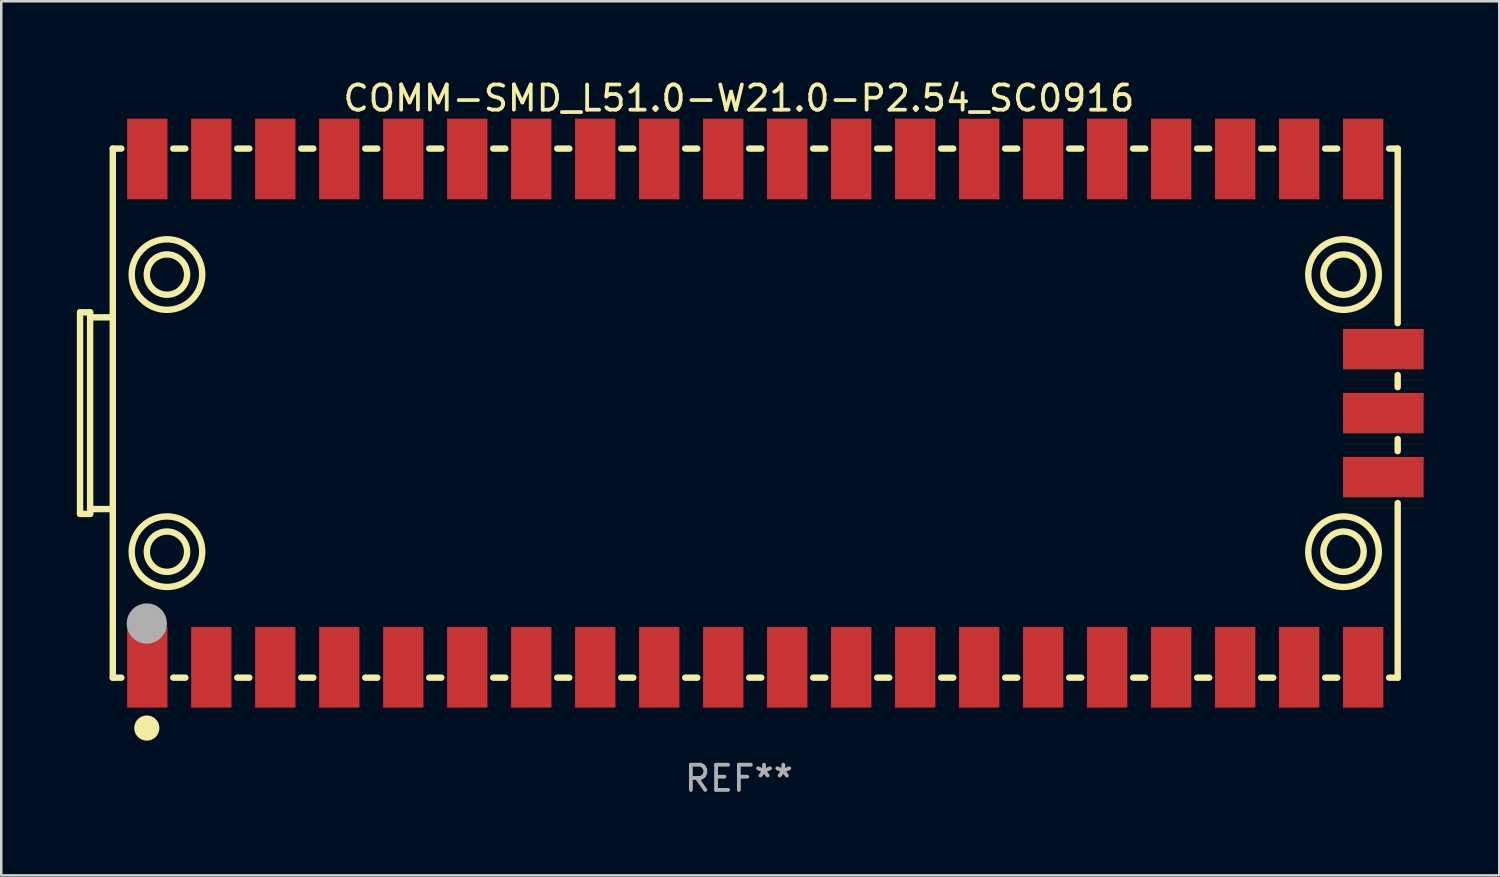
<source format=kicad_pcb>
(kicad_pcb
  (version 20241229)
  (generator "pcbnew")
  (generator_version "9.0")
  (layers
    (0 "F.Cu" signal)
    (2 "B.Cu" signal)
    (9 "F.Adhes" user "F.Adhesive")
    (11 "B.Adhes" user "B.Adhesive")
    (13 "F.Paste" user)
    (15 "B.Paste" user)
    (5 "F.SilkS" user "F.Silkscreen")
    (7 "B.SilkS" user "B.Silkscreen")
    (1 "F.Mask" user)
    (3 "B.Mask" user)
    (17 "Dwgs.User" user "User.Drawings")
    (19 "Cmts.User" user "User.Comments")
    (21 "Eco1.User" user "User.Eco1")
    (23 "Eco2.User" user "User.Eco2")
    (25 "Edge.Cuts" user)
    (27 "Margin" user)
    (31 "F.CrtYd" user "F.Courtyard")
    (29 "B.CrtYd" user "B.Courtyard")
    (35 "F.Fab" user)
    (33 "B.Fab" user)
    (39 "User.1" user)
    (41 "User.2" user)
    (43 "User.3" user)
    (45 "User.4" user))
  (footprint "COMM-SMD_L51.0-W21.0-P2.54_SC0916"
    (layer "F.Cu")
    (at 27.327 13.348)
    (property "Reference" "COMM-SMD_L51.0-W21.0-P2.54_SC0916" (at -1.05 -12.5 0) (layer "F.SilkS") (effects (font (size 1 1) (thickness 0.15))))
    (attr through_hole)
    (fp_line (start -27.2 -4) (end -27.2 4) (stroke (width 0.254) (type solid)) (layer "F.SilkS"))
    (fp_line (start -27.2 -4) (end -26.8 -4) (stroke (width 0.254) (type solid)) (layer "F.SilkS"))
    (fp_line (start -26.8 -4) (end -26.8 4) (stroke (width 0.254) (type solid)) (layer "F.SilkS"))
    (fp_line (start -26.8 -3.802) (end -25.9 -3.802) (stroke (width 0.254) (type solid)) (layer "F.SilkS"))
    (fp_line (start -26.8 3.809) (end -25.925 3.809) (stroke (width 0.254) (type solid)) (layer "F.SilkS"))
    (fp_line (start -26.8 4) (end -27.2 4) (stroke (width 0.254) (type solid)) (layer "F.SilkS"))
    (fp_line (start -25.925 3.809) (end -25.9 3.834) (stroke (width 0.254) (type solid)) (layer "F.SilkS"))
    (fp_line (start -25.9 -10.5) (end -25.9 10.5) (stroke (width 0.254) (type solid)) (layer "F.SilkS"))
    (fp_line (start -25.9 10.5) (end -25.561 10.5) (stroke (width 0.254) (type solid)) (layer "F.SilkS"))
    (fp_line (start -25.561 -10.5) (end -25.9 -10.5) (stroke (width 0.254) (type solid)) (layer "F.SilkS"))
    (fp_line (start -23.499 10.5) (end -23.021 10.5) (stroke (width 0.254) (type solid)) (layer "F.SilkS"))
    (fp_line (start -23.021 -10.5) (end -23.499 -10.5) (stroke (width 0.254) (type solid)) (layer "F.SilkS"))
    (fp_line (start -20.959 10.5) (end -20.481 10.5) (stroke (width 0.254) (type solid)) (layer "F.SilkS"))
    (fp_line (start -20.481 -10.5) (end -20.959 -10.5) (stroke (width 0.254) (type solid)) (layer "F.SilkS"))
    (fp_line (start -18.419 10.5) (end -17.941 10.5) (stroke (width 0.254) (type solid)) (layer "F.SilkS"))
    (fp_line (start -17.941 -10.5) (end -18.419 -10.5) (stroke (width 0.254) (type solid)) (layer "F.SilkS"))
    (fp_line (start -15.879 10.5) (end -15.401 10.5) (stroke (width 0.254) (type solid)) (layer "F.SilkS"))
    (fp_line (start -15.401 -10.5) (end -15.879 -10.5) (stroke (width 0.254) (type solid)) (layer "F.SilkS"))
    (fp_line (start -13.339 10.5) (end -12.861 10.5) (stroke (width 0.254) (type solid)) (layer "F.SilkS"))
    (fp_line (start -12.861 -10.5) (end -13.339 -10.5) (stroke (width 0.254) (type solid)) (layer "F.SilkS"))
    (fp_line (start -10.799 10.5) (end -10.321 10.5) (stroke (width 0.254) (type solid)) (layer "F.SilkS"))
    (fp_line (start -10.321 -10.5) (end -10.799 -10.5) (stroke (width 0.254) (type solid)) (layer "F.SilkS"))
    (fp_line (start -8.259 10.5) (end -7.781 10.5) (stroke (width 0.254) (type solid)) (layer "F.SilkS"))
    (fp_line (start -7.781 -10.5) (end -8.259 -10.5) (stroke (width 0.254) (type solid)) (layer "F.SilkS"))
    (fp_line (start -5.719 10.5) (end -5.241 10.5) (stroke (width 0.254) (type solid)) (layer "F.SilkS"))
    (fp_line (start -5.241 -10.5) (end -5.719 -10.5) (stroke (width 0.254) (type solid)) (layer "F.SilkS"))
    (fp_line (start -3.179 10.5) (end -2.701 10.5) (stroke (width 0.254) (type solid)) (layer "F.SilkS"))
    (fp_line (start -2.701 -10.5) (end -3.179 -10.5) (stroke (width 0.254) (type solid)) (layer "F.SilkS"))
    (fp_line (start -0.639 10.5) (end -0.161 10.5) (stroke (width 0.254) (type solid)) (layer "F.SilkS"))
    (fp_line (start -0.161 -10.5) (end -0.639 -10.5) (stroke (width 0.254) (type solid)) (layer "F.SilkS"))
    (fp_line (start 1.901 10.5) (end 2.379 10.5) (stroke (width 0.254) (type solid)) (layer "F.SilkS"))
    (fp_line (start 2.379 -10.5) (end 1.901 -10.5) (stroke (width 0.254) (type solid)) (layer "F.SilkS"))
    (fp_line (start 4.441 10.5) (end 4.919 10.5) (stroke (width 0.254) (type solid)) (layer "F.SilkS"))
    (fp_line (start 4.919 -10.5) (end 4.441 -10.5) (stroke (width 0.254) (type solid)) (layer "F.SilkS"))
    (fp_line (start 6.981 10.5) (end 7.459 10.5) (stroke (width 0.254) (type solid)) (layer "F.SilkS"))
    (fp_line (start 7.459 -10.5) (end 6.981 -10.5) (stroke (width 0.254) (type solid)) (layer "F.SilkS"))
    (fp_line (start 9.521 10.5) (end 9.999 10.5) (stroke (width 0.254) (type solid)) (layer "F.SilkS"))
    (fp_line (start 9.999 -10.5) (end 9.521 -10.5) (stroke (width 0.254) (type solid)) (layer "F.SilkS"))
    (fp_line (start 12.061 10.5) (end 12.539 10.5) (stroke (width 0.254) (type solid)) (layer "F.SilkS"))
    (fp_line (start 12.539 -10.5) (end 12.061 -10.5) (stroke (width 0.254) (type solid)) (layer "F.SilkS"))
    (fp_line (start 14.601 10.5) (end 15.079 10.5) (stroke (width 0.254) (type solid)) (layer "F.SilkS"))
    (fp_line (start 15.079 -10.5) (end 14.601 -10.5) (stroke (width 0.254) (type solid)) (layer "F.SilkS"))
    (fp_line (start 17.141 10.5) (end 17.619 10.5) (stroke (width 0.254) (type solid)) (layer "F.SilkS"))
    (fp_line (start 17.619 -10.5) (end 17.141 -10.5) (stroke (width 0.254) (type solid)) (layer "F.SilkS"))
    (fp_line (start 19.681 10.5) (end 20.159 10.5) (stroke (width 0.254) (type solid)) (layer "F.SilkS"))
    (fp_line (start 20.159 -10.5) (end 19.681 -10.5) (stroke (width 0.254) (type solid)) (layer "F.SilkS"))
    (fp_line (start 22.221 10.5) (end 22.699 10.5) (stroke (width 0.254) (type solid)) (layer "F.SilkS"))
    (fp_line (start 22.699 -10.5) (end 22.221 -10.5) (stroke (width 0.254) (type solid)) (layer "F.SilkS"))
    (fp_line (start 24.761 10.5) (end 25.1 10.5) (stroke (width 0.254) (type solid)) (layer "F.SilkS"))
    (fp_line (start 25.1 -10.5) (end 24.761 -10.5) (stroke (width 0.254) (type solid)) (layer "F.SilkS"))
    (fp_line (start 25.1 -3.571) (end 25.1 -10.5) (stroke (width 0.254) (type solid)) (layer "F.SilkS"))
    (fp_line (start 25.1 -1.031) (end 25.1 -1.509) (stroke (width 0.254) (type solid)) (layer "F.SilkS"))
    (fp_line (start 25.1 1.509) (end 25.1 1.031) (stroke (width 0.254) (type solid)) (layer "F.SilkS"))
    (fp_line (start 25.1 10.5) (end 25.1 3.571) (stroke (width 0.254) (type solid)) (layer "F.SilkS"))
    (fp_circle (center -25.9 10.5) (end -25.87 10.5) (stroke (width 0.06) (type solid)) (fill no) (layer "F.SilkS"))
    (fp_circle (center -24.55 12.5) (end -24.3 12.5) (stroke (width 0.5) (type solid)) (fill no) (layer "F.SilkS"))
    (fp_circle (center -23.75 -5.5) (end -22.95 -5.5) (stroke (width 0.254) (type solid)) (fill no) (layer "F.SilkS"))
    (fp_circle (center -23.75 -5.5) (end -22.35 -5.5) (stroke (width 0.254) (type solid)) (fill no) (layer "F.SilkS"))
    (fp_circle (center -23.75 5.5) (end -22.95 5.5) (stroke (width 0.254) (type solid)) (fill no) (layer "F.SilkS"))
    (fp_circle (center -23.75 5.5) (end -22.35 5.5) (stroke (width 0.254) (type solid)) (fill no) (layer "F.SilkS"))
    (fp_circle (center 22.95 -5.5) (end 23.75 -5.5) (stroke (width 0.254) (type solid)) (fill no) (layer "F.SilkS"))
    (fp_circle (center 22.95 -5.5) (end 24.35 -5.5) (stroke (width 0.254) (type solid)) (fill no) (layer "F.SilkS"))
    (fp_circle (center 22.95 5.5) (end 23.75 5.5) (stroke (width 0.254) (type solid)) (fill no) (layer "F.SilkS"))
    (fp_circle (center 22.95 5.5) (end 24.35 5.5) (stroke (width 0.254) (type solid)) (fill no) (layer "F.SilkS"))
    (fp_circle (center -24.55 8.35) (end -24.15 8.35) (stroke (width 0.8) (type solid)) (fill no) (layer "F.Fab"))
    (fp_text user "REF**" (at -1.05 14.5 0) (layer "F.Fab") (effects (font (size 1 1) (thickness 0.15))))
    (pad "1" smd rect (at -24.53 10.087) (size 1.6 3.2) (layers "F.Cu" "F.Mask" "F.Paste"))
    (pad "2" smd rect (at -21.99 10.087) (size 1.6 3.2) (layers "F.Cu" "F.Mask" "F.Paste"))
    (pad "3" smd rect (at -19.45 10.087) (size 1.6 3.2) (layers "F.Cu" "F.Mask" "F.Paste"))
    (pad "4" smd rect (at -16.91 10.087) (size 1.6 3.2) (layers "F.Cu" "F.Mask" "F.Paste"))
    (pad "5" smd rect (at -14.37 10.087) (size 1.6 3.2) (layers "F.Cu" "F.Mask" "F.Paste"))
    (pad "6" smd rect (at -11.83 10.087) (size 1.6 3.2) (layers "F.Cu" "F.Mask" "F.Paste"))
    (pad "7" smd rect (at -9.29 10.087) (size 1.6 3.2) (layers "F.Cu" "F.Mask" "F.Paste"))
    (pad "8" smd rect (at -6.75 10.087) (size 1.6 3.2) (layers "F.Cu" "F.Mask" "F.Paste"))
    (pad "9" smd rect (at -4.21 10.087) (size 1.6 3.2) (layers "F.Cu" "F.Mask" "F.Paste"))
    (pad "10" smd rect (at -1.67 10.087) (size 1.6 3.2) (layers "F.Cu" "F.Mask" "F.Paste"))
    (pad "11" smd rect (at 0.87 10.087) (size 1.6 3.2) (layers "F.Cu" "F.Mask" "F.Paste"))
    (pad "12" smd rect (at 3.41 10.087) (size 1.6 3.2) (layers "F.Cu" "F.Mask" "F.Paste"))
    (pad "13" smd rect (at 5.95 10.087) (size 1.6 3.2) (layers "F.Cu" "F.Mask" "F.Paste"))
    (pad "14" smd rect (at 8.49 10.087) (size 1.6 3.2) (layers "F.Cu" "F.Mask" "F.Paste"))
    (pad "15" smd rect (at 11.03 10.087) (size 1.6 3.2) (layers "F.Cu" "F.Mask" "F.Paste"))
    (pad "16" smd rect (at 13.57 10.087) (size 1.6 3.2) (layers "F.Cu" "F.Mask" "F.Paste"))
    (pad "17" smd rect (at 16.11 10.087) (size 1.6 3.2) (layers "F.Cu" "F.Mask" "F.Paste"))
    (pad "18" smd rect (at 18.65 10.087) (size 1.6 3.2) (layers "F.Cu" "F.Mask" "F.Paste"))
    (pad "19" smd rect (at 21.19 10.087) (size 1.6 3.2) (layers "F.Cu" "F.Mask" "F.Paste"))
    (pad "20" smd rect (at 23.73 10.087) (size 1.6 3.2) (layers "F.Cu" "F.Mask" "F.Paste"))
    (pad "21" smd rect (at 23.73 -10.087) (size 1.6 3.2) (layers "F.Cu" "F.Mask" "F.Paste"))
    (pad "22" smd rect (at 21.19 -10.087) (size 1.6 3.2) (layers "F.Cu" "F.Mask" "F.Paste"))
    (pad "23" smd rect (at 18.65 -10.087) (size 1.6 3.2) (layers "F.Cu" "F.Mask" "F.Paste"))
    (pad "24" smd rect (at 16.11 -10.087) (size 1.6 3.2) (layers "F.Cu" "F.Mask" "F.Paste"))
    (pad "25" smd rect (at 13.57 -10.087) (size 1.6 3.2) (layers "F.Cu" "F.Mask" "F.Paste"))
    (pad "26" smd rect (at 11.03 -10.087) (size 1.6 3.2) (layers "F.Cu" "F.Mask" "F.Paste"))
    (pad "27" smd rect (at 8.49 -10.087) (size 1.6 3.2) (layers "F.Cu" "F.Mask" "F.Paste"))
    (pad "28" smd rect (at 5.95 -10.087) (size 1.6 3.2) (layers "F.Cu" "F.Mask" "F.Paste"))
    (pad "29" smd rect (at 3.41 -10.087) (size 1.6 3.2) (layers "F.Cu" "F.Mask" "F.Paste"))
    (pad "30" smd rect (at 0.87 -10.087) (size 1.6 3.2) (layers "F.Cu" "F.Mask" "F.Paste"))
    (pad "31" smd rect (at -1.67 -10.087) (size 1.6 3.2) (layers "F.Cu" "F.Mask" "F.Paste"))
    (pad "32" smd rect (at -4.21 -10.087) (size 1.6 3.2) (layers "F.Cu" "F.Mask" "F.Paste"))
    (pad "33" smd rect (at -6.75 -10.087) (size 1.6 3.2) (layers "F.Cu" "F.Mask" "F.Paste"))
    (pad "34" smd rect (at -9.29 -10.087) (size 1.6 3.2) (layers "F.Cu" "F.Mask" "F.Paste"))
    (pad "35" smd rect (at -11.83 -10.087) (size 1.6 3.2) (layers "F.Cu" "F.Mask" "F.Paste"))
    (pad "36" smd rect (at -14.37 -10.087) (size 1.6 3.2) (layers "F.Cu" "F.Mask" "F.Paste"))
    (pad "37" smd rect (at -16.91 -10.087) (size 1.6 3.2) (layers "F.Cu" "F.Mask" "F.Paste"))
    (pad "38" smd rect (at -19.45 -10.087) (size 1.6 3.2) (layers "F.Cu" "F.Mask" "F.Paste"))
    (pad "39" smd rect (at -21.99 -10.087) (size 1.6 3.2) (layers "F.Cu" "F.Mask" "F.Paste"))
    (pad "40" smd rect (at -24.53 -10.087) (size 1.6 3.2) (layers "F.Cu" "F.Mask" "F.Paste"))
    (pad "41" smd rect (at 24.53 2.54 90) (size 1.6 3.2) (layers "F.Cu" "F.Mask" "F.Paste"))
    (pad "42" smd rect (at 24.53 0 90) (size 1.6 3.2) (layers "F.Cu" "F.Mask" "F.Paste"))
    (pad "43" smd rect (at 24.53 -2.54 90) (size 1.6 3.2) (layers "F.Cu" "F.Mask" "F.Paste")))
  (gr_rect
    (start -3 -3)
    (end 56.457 31.697)
    (stroke (width 0.1) (type default))
    (fill no)
    (layer "Edge.Cuts")))
</source>
